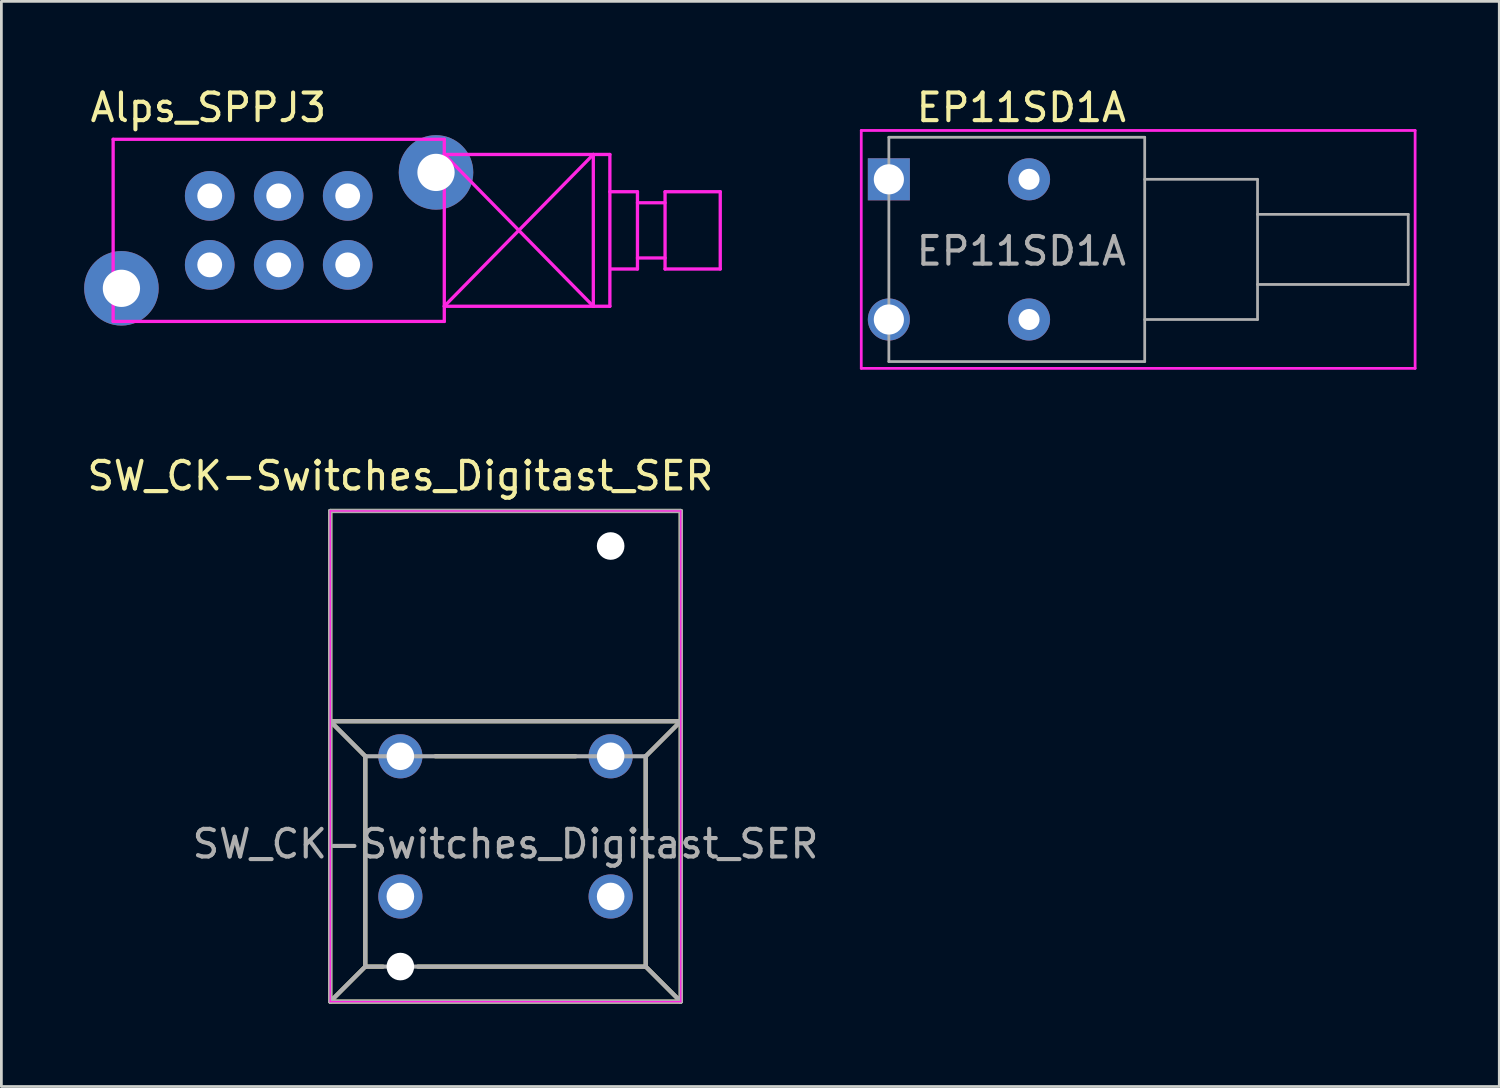
<source format=kicad_pcb>
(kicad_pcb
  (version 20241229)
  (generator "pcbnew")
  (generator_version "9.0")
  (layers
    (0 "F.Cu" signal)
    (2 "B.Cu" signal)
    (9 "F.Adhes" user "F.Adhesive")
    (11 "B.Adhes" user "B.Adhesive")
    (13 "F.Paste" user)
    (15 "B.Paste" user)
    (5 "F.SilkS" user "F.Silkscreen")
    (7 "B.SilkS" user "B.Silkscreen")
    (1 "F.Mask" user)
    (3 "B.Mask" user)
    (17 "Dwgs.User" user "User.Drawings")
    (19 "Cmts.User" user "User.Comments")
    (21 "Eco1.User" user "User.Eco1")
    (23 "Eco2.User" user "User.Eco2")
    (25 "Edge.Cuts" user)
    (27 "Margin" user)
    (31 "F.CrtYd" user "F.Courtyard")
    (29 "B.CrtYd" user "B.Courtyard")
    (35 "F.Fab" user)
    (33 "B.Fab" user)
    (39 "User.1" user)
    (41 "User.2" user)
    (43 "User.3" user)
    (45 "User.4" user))
  (footprint "SW_CK-Switches_Digitast_SER"
    (layer "F.Cu")
    (at 19.078 29.436)
    (property "Reference" "SW_CK-Switches_Digitast_SER" (at -7.62 -15.24 0) (layer "F.SilkS") (effects (font (size 1 1) (thickness 0.15))))
    (attr through_hole)
    (fp_line (start -10.16 -13.97) (end -10.16 3.81) (stroke (width 0.15) (type solid)) (layer "F.SilkS"))
    (fp_line (start -10.16 -6.35) (end 2.54 -6.35) (stroke (width 0.15) (type solid)) (layer "F.SilkS"))
    (fp_line (start -10.16 3.81) (end 2.54 3.81) (stroke (width 0.15) (type solid)) (layer "F.SilkS"))
    (fp_line (start -8.89 -5.08) (end -10.16 -6.35) (stroke (width 0.15) (type solid)) (layer "F.SilkS"))
    (fp_line (start -8.89 -5.08) (end -8.89 2.54) (stroke (width 0.15) (type solid)) (layer "F.SilkS"))
    (fp_line (start -8.89 2.54) (end -10.16 3.81) (stroke (width 0.15) (type solid)) (layer "F.SilkS"))
    (fp_line (start -8.89 2.54) (end -8.255 2.54) (stroke (width 0.15) (type solid)) (layer "F.SilkS"))
    (fp_line (start -6.985 2.54) (end 1.27 2.54) (stroke (width 0.15) (type solid)) (layer "F.SilkS"))
    (fp_line (start -1.27 -5.08) (end -6.35 -5.08) (stroke (width 0.15) (type solid)) (layer "F.SilkS"))
    (fp_line (start 1.27 -5.08) (end 2.54 -6.35) (stroke (width 0.15) (type solid)) (layer "F.SilkS"))
    (fp_line (start 1.27 2.54) (end 1.27 -5.08) (stroke (width 0.15) (type solid)) (layer "F.SilkS"))
    (fp_line (start 1.27 2.54) (end 2.54 3.81) (stroke (width 0.15) (type solid)) (layer "F.SilkS"))
    (fp_line (start 2.54 -13.97) (end -10.16 -13.97) (stroke (width 0.15) (type solid)) (layer "F.SilkS"))
    (fp_line (start 2.54 3.81) (end 2.54 -13.97) (stroke (width 0.15) (type solid)) (layer "F.SilkS"))
    (fp_line (start -10.16 -13.97) (end 2.54 -13.97) (stroke (width 0.05) (type solid)) (layer "F.CrtYd"))
    (fp_line (start -10.16 3.81) (end -10.16 -13.97) (stroke (width 0.05) (type solid)) (layer "F.CrtYd"))
    (fp_line (start 2.54 -13.97) (end 2.54 3.81) (stroke (width 0.05) (type solid)) (layer "F.CrtYd"))
    (fp_line (start 2.54 3.81) (end -10.16 3.81) (stroke (width 0.05) (type solid)) (layer "F.CrtYd"))
    (fp_line (start -10.16 -13.97) (end -10.16 3.81) (stroke (width 0.15) (type solid)) (layer "F.Fab"))
    (fp_line (start -10.16 -6.35) (end -8.89 -5.08) (stroke (width 0.15) (type solid)) (layer "F.Fab"))
    (fp_line (start -10.16 -6.35) (end 2.54 -6.35) (stroke (width 0.15) (type solid)) (layer "F.Fab"))
    (fp_line (start -10.16 3.81) (end -8.89 2.54) (stroke (width 0.15) (type solid)) (layer "F.Fab"))
    (fp_line (start -10.16 3.81) (end 2.54 3.81) (stroke (width 0.15) (type solid)) (layer "F.Fab"))
    (fp_line (start -8.89 -5.08) (end -8.89 2.54) (stroke (width 0.15) (type solid)) (layer "F.Fab"))
    (fp_line (start -8.89 -5.08) (end 1.27 -5.08) (stroke (width 0.15) (type solid)) (layer "F.Fab"))
    (fp_line (start -8.89 2.54) (end 1.27 2.54) (stroke (width 0.15) (type solid)) (layer "F.Fab"))
    (fp_line (start 1.27 -5.08) (end 1.27 2.54) (stroke (width 0.15) (type solid)) (layer "F.Fab"))
    (fp_line (start 1.27 -5.08) (end 2.54 -6.35) (stroke (width 0.15) (type solid)) (layer "F.Fab"))
    (fp_line (start 1.27 2.54) (end 2.54 3.81) (stroke (width 0.15) (type solid)) (layer "F.Fab"))
    (fp_line (start 2.54 -13.97) (end -10.16 -13.97) (stroke (width 0.15) (type solid)) (layer "F.Fab"))
    (fp_line (start 2.54 3.81) (end 2.54 -13.97) (stroke (width 0.15) (type solid)) (layer "F.Fab"))
    (fp_text user "${REFERENCE}" (at -3.81 -1.905 0) (layer "F.Fab") (effects (font (size 1 1) (thickness 0.15))))
    (pad "" np_thru_hole circle (at -7.62 2.54) (size 1 1) (drill 1) (layers "*.Cu" "*.Mask"))
    (pad "" np_thru_hole circle (at 0 -12.7) (size 1 1) (drill 1) (layers "*.Cu" "*.Mask"))
    (pad "1" thru_hole circle (at 0 0) (size 1.6 1.6) (drill 1) (layers "*.Cu" "*.Mask"))
    (pad "2" thru_hole circle (at -7.62 -5.08) (size 1.6 1.6) (drill 1) (layers "*.Cu" "*.Mask"))
    (pad "2" thru_hole circle (at 0 -5.08) (size 1.6 1.6) (drill 1) (layers "*.Cu" "*.Mask"))
    (pad "3" thru_hole circle (at -7.62 0) (size 1.6 1.6) (drill 1) (layers "*.Cu" "*.Mask")))
  (footprint "EP11SD1A"
    (layer "F.Cu")
    (at 29.16 3.448)
    (property "Reference" "EP11SD1A" (at 4.8 -2.6 0) (layer "F.SilkS") (effects (font (size 1 1) (thickness 0.15))))
    (attr through_hole)
    (fp_line (start -1 -1.77) (end -1 6.85) (stroke (width 0.1) (type solid)) (layer "F.CrtYd"))
    (fp_line (start -1 6.85) (end 19.07 6.85) (stroke (width 0.1) (type solid)) (layer "F.CrtYd"))
    (fp_line (start 19.07 -1.77) (end -1 -1.77) (stroke (width 0.1) (type solid)) (layer "F.CrtYd"))
    (fp_line (start 19.07 6.85) (end 19.07 -1.77) (stroke (width 0.1) (type solid)) (layer "F.CrtYd"))
    (fp_line (start 0 -1.524) (end 0 6.604) (stroke (width 0.1) (type solid)) (layer "F.Fab"))
    (fp_line (start 0 -1.524) (end 9.271 -1.524) (stroke (width 0.1) (type solid)) (layer "F.Fab"))
    (fp_line (start 0 6.604) (end 9.271 6.604) (stroke (width 0.1) (type solid)) (layer "F.Fab"))
    (fp_line (start 9.271 -1.524) (end 9.271 6.604) (stroke (width 0.1) (type solid)) (layer "F.Fab"))
    (fp_line (start 9.271 0) (end 13.36 0) (stroke (width 0.1) (type solid)) (layer "F.Fab"))
    (fp_line (start 9.271 5.08) (end 13.36 5.08) (stroke (width 0.1) (type solid)) (layer "F.Fab"))
    (fp_line (start 13.36 3.81) (end 18.821 3.81) (stroke (width 0.1) (type solid)) (layer "F.Fab"))
    (fp_line (start 13.36 5.08) (end 13.36 0) (stroke (width 0.1) (type solid)) (layer "F.Fab"))
    (fp_line (start 18.821 1.27) (end 13.36 1.27) (stroke (width 0.1) (type solid)) (layer "F.Fab"))
    (fp_line (start 18.821 1.27) (end 18.821 3.81) (stroke (width 0.1) (type solid)) (layer "F.Fab"))
    (fp_text user "${REFERENCE}" (at 4.8 2.6 0) (layer "F.Fab") (effects (font (size 1 1) (thickness 0.15))))
    (pad "1" thru_hole rect (at 0 0) (size 1.524 1.524) (drill 1.092) (layers "*.Cu" "*.Mask"))
    (pad "3" thru_hole circle (at 0 5.08) (size 1.524 1.524) (drill 1.092) (layers "*.Cu" "*.Mask"))
    (pad "MP" thru_hole circle (at 5.08 0) (size 1.524 1.524) (drill 0.762) (layers "*.Cu" "*.Mask"))
    (pad "MP" thru_hole circle (at 5.08 5.08) (size 1.524 1.524) (drill 0.762) (layers "*.Cu" "*.Mask")))
  (footprint "Alps_SPPJ3"
    (layer "F.Cu")
    (at 4.55 4.048)
    (property "Reference" "Alps_SPPJ3" (at -0.05 -3.2 0) (layer "F.SilkS") (effects (font (size 1 1) (thickness 0.15))))
    (attr through_hole)
    (fp_line (start 11 -1.25) (end 11 3.75) (stroke (width 0.12) (type solid)) (layer "Eco1.User"))
    (fp_line (start 11 -1.25) (end 17 -1.05) (stroke (width 0.12) (type solid)) (layer "Eco1.User"))
    (fp_line (start 14.5 -1.25) (end 14.5 3.75) (stroke (width 0.12) (type solid)) (layer "Eco1.User"))
    (fp_line (start 14.5 -1.25) (end 20.5 -1.05) (stroke (width 0.12) (type solid)) (layer "Eco1.User"))
    (fp_line (start 17 -1.05) (end 17 3.55) (stroke (width 0.12) (type solid)) (layer "Eco1.User"))
    (fp_line (start 17 1.25) (end 17.5 0.75) (stroke (width 0.12) (type solid)) (layer "Eco1.User"))
    (fp_line (start 17 1.25) (end 17.5 1.75) (stroke (width 0.12) (type solid)) (layer "Eco1.User"))
    (fp_line (start 17 1.25) (end 20.5 1.25) (stroke (width 0.12) (type solid)) (layer "Eco1.User"))
    (fp_line (start 17 3.55) (end 11 3.75) (stroke (width 0.12) (type solid)) (layer "Eco1.User"))
    (fp_line (start 20.5 -1.05) (end 20.5 3.55) (stroke (width 0.12) (type solid)) (layer "Eco1.User"))
    (fp_line (start 20.5 1.25) (end 20 0.75) (stroke (width 0.12) (type solid)) (layer "Eco1.User"))
    (fp_line (start 20.5 1.25) (end 20 1.75) (stroke (width 0.12) (type solid)) (layer "Eco1.User"))
    (fp_line (start 20.5 3.55) (end 14.5 3.75) (stroke (width 0.12) (type solid)) (layer "Eco1.User"))
    (fp_line (start -3.5 -2.05) (end -3.5 4.55) (stroke (width 0.12) (type solid)) (layer "F.CrtYd"))
    (fp_line (start -3.5 4.55) (end 8.5 4.55) (stroke (width 0.12) (type solid)) (layer "F.CrtYd"))
    (fp_line (start 8.5 -2.05) (end -3.5 -2.05) (stroke (width 0.12) (type solid)) (layer "F.CrtYd"))
    (fp_line (start 8.5 -1.5) (end 13.9 4) (stroke (width 0.12) (type solid)) (layer "F.CrtYd"))
    (fp_line (start 8.5 4) (end 13.9 -1.5) (stroke (width 0.12) (type solid)) (layer "F.CrtYd"))
    (fp_line (start 8.5 4.55) (end 8.5 -2.05) (stroke (width 0.12) (type solid)) (layer "F.CrtYd"))
    (fp_line (start 13.9 -1.5) (end 8.5 -1.5) (stroke (width 0.12) (type solid)) (layer "F.CrtYd"))
    (fp_line (start 13.9 -1.5) (end 13.9 4) (stroke (width 0.12) (type solid)) (layer "F.CrtYd"))
    (fp_line (start 13.9 4) (end 8.5 4) (stroke (width 0.12) (type solid)) (layer "F.CrtYd"))
    (fp_line (start 13.9 4) (end 14.5 4) (stroke (width 0.12) (type solid)) (layer "F.CrtYd"))
    (fp_line (start 14.5 -1.5) (end 13.9 -1.5) (stroke (width 0.12) (type solid)) (layer "F.CrtYd"))
    (fp_line (start 14.5 4) (end 14.5 -1.5) (stroke (width 0.12) (type solid)) (layer "F.CrtYd"))
    (fp_line (start 14.55 2.65) (end 15.5 2.65) (stroke (width 0.12) (type solid)) (layer "F.CrtYd"))
    (fp_line (start 15.5 -0.15) (end 14.5 -0.15) (stroke (width 0.12) (type solid)) (layer "F.CrtYd"))
    (fp_line (start 15.5 -0.15) (end 15.5 2.65) (stroke (width 0.12) (type solid)) (layer "F.CrtYd"))
    (fp_line (start 15.5 0.25) (end 16.5 0.25) (stroke (width 0.12) (type solid)) (layer "F.CrtYd"))
    (fp_line (start 15.5 2.25) (end 16.5 2.25) (stroke (width 0.12) (type solid)) (layer "F.CrtYd"))
    (fp_line (start 16.5 -0.15) (end 16.5 2.65) (stroke (width 0.12) (type solid)) (layer "F.CrtYd"))
    (fp_line (start 16.5 -0.15) (end 18.5 -0.15) (stroke (width 0.12) (type solid)) (layer "F.CrtYd"))
    (fp_line (start 18.5 -0.15) (end 18.5 2.65) (stroke (width 0.12) (type solid)) (layer "F.CrtYd"))
    (fp_line (start 18.5 2.65) (end 16.5 2.65) (stroke (width 0.12) (type solid)) (layer "F.CrtYd"))
    (pad "1" thru_hole circle (at 0 0) (size 1.8 1.8) (drill 0.9) (layers "*.Cu" "*.Mask"))
    (pad "2" thru_hole circle (at 2.5 0) (size 1.8 1.8) (drill 0.9) (layers "*.Cu" "*.Mask"))
    (pad "3" thru_hole circle (at 5 0) (size 1.8 1.8) (drill 0.9) (layers "*.Cu" "*.Mask"))
    (pad "4" thru_hole circle (at 0 2.5) (size 1.8 1.8) (drill 0.9) (layers "*.Cu" "*.Mask"))
    (pad "5" thru_hole circle (at 2.5 2.5) (size 1.8 1.8) (drill 0.9) (layers "*.Cu" "*.Mask"))
    (pad "6" thru_hole circle (at 5 2.5) (size 1.8 1.8) (drill 0.9) (layers "*.Cu" "*.Mask"))
    (pad "7" thru_hole circle (at -3.2 3.35) (size 2.7 2.7) (drill 1.35) (layers "*.Cu" "*.Mask"))
    (pad "8" thru_hole circle (at 8.2 -0.85) (size 2.7 2.7) (drill 1.35) (layers "*.Cu" "*.Mask")))
  (gr_rect
    (start -3 -3)
    (end 51.28 36.322)
    (stroke (width 0.1) (type default))
    (fill no)
    (layer "Edge.Cuts")))
</source>
